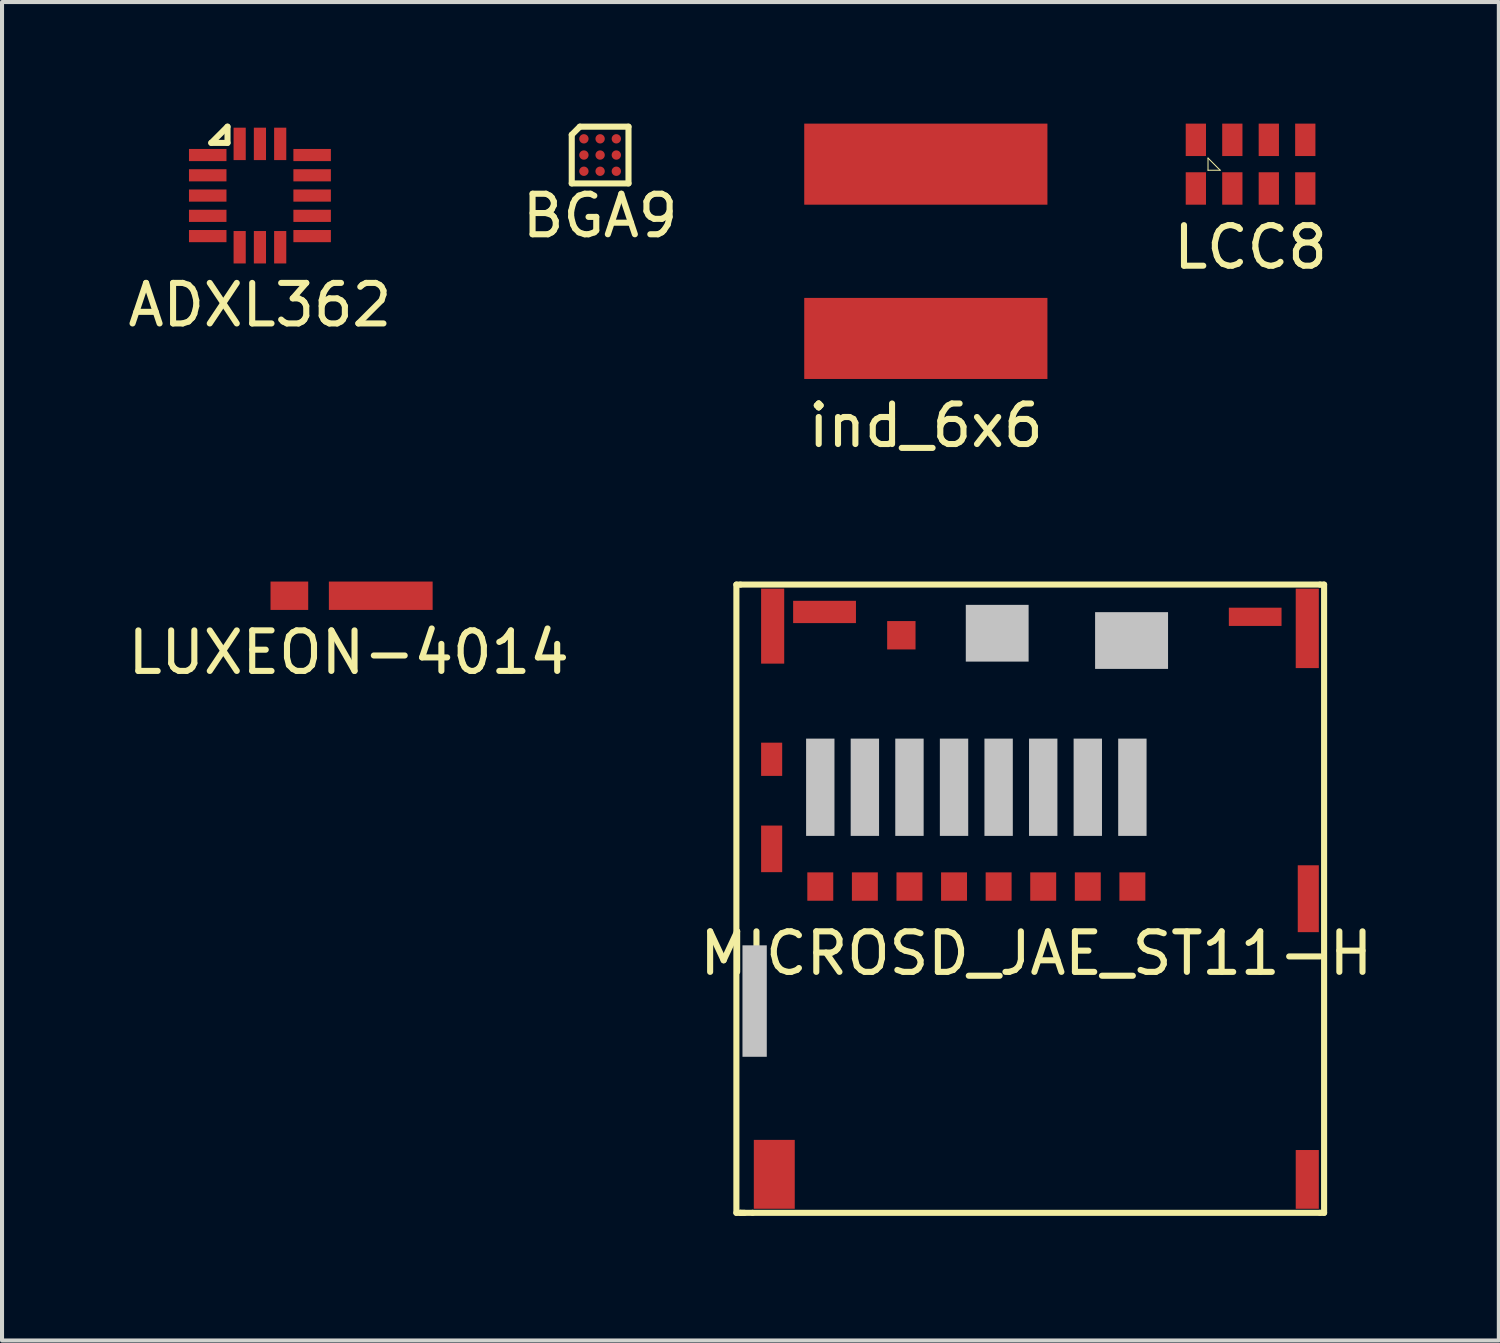
<source format=kicad_pcb>
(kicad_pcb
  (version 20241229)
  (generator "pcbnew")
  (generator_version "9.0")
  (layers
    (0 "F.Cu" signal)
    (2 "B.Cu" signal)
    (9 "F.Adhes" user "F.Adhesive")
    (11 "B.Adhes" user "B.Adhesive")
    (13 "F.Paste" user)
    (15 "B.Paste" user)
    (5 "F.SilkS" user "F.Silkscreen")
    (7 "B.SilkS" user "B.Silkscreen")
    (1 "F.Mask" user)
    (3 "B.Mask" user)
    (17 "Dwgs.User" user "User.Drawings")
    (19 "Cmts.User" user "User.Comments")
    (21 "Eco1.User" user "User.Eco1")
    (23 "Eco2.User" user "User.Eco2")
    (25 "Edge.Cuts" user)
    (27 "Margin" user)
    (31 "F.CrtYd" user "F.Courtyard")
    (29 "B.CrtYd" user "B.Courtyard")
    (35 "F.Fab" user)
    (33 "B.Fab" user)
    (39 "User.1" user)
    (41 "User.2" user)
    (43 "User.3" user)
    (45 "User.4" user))
  (footprint "LUXEON-4014"
    (layer "F.Cu")
    (at 4.554 11.648)
    (property "Reference" "LUXEON-4014" (at 1 1.4 0) (layer "F.SilkS") (effects (font (size 1 1) (thickness 0.15))))
    (attr through_hole)
    (pad "1" smd rect (at -0.465 0) (size 0.93 0.7) (layers "F.Cu" "F.Mask" "F.Paste"))
    (pad "2" smd rect (at 1.79 0) (size 2.56 0.7) (layers "F.Cu" "F.Mask" "F.Paste")))
  (footprint "BGA9"
    (layer "F.Cu")
    (at 11.756 0.775)
    (property "Reference" "BGA9" (at 0 1.5 0) (layer "F.SilkS") (effects (font (size 1 1) (thickness 0.15))))
    (attr through_hole)
    (fp_line (start -0.7 -0.5) (end -0.7 0.7) (stroke (width 0.15) (type solid)) (layer "F.SilkS"))
    (fp_line (start -0.7 0.7) (end 0.7 0.7) (stroke (width 0.15) (type solid)) (layer "F.SilkS"))
    (fp_line (start -0.5 -0.7) (end -0.7 -0.5) (stroke (width 0.15) (type solid)) (layer "F.SilkS"))
    (fp_line (start 0.7 -0.7) (end -0.5 -0.7) (stroke (width 0.15) (type solid)) (layer "F.SilkS"))
    (fp_line (start 0.7 0.7) (end 0.7 -0.7) (stroke (width 0.15) (type solid)) (layer "F.SilkS"))
    (pad "A1" smd circle (at -0.4 -0.4) (size 0.23 0.23) (layers "F.Cu" "F.Mask" "F.Paste"))
    (pad "A2" smd circle (at 0 -0.4) (size 0.23 0.23) (layers "F.Cu" "F.Mask" "F.Paste"))
    (pad "A3" smd circle (at 0.4 -0.4) (size 0.23 0.23) (layers "F.Cu" "F.Mask" "F.Paste"))
    (pad "B1" smd circle (at -0.4 0) (size 0.23 0.23) (layers "F.Cu" "F.Mask" "F.Paste"))
    (pad "B2" smd circle (at 0 0) (size 0.23 0.23) (layers "F.Cu" "F.Mask" "F.Paste"))
    (pad "B3" smd circle (at 0.4 0) (size 0.23 0.23) (layers "F.Cu" "F.Mask" "F.Paste"))
    (pad "C1" smd circle (at -0.4 0.4) (size 0.23 0.23) (layers "F.Cu" "F.Mask" "F.Paste"))
    (pad "C2" smd circle (at 0 0.4) (size 0.23 0.23) (layers "F.Cu" "F.Mask" "F.Paste"))
    (pad "C3" smd circle (at 0.4 0.4) (size 0.23 0.23) (layers "F.Cu" "F.Mask" "F.Paste")))
  (footprint "MICROSD_JAE_ST11-H"
    (layer "F.Cu")
    (at 22.518 26.773)
    (property "Reference" "MICROSD_JAE_ST11-H" (at 0 -6.3 0) (layer "F.SilkS") (effects (font (size 1 1) (thickness 0.15))))
    (attr through_hole)
    (fp_line (start -7.4 -15.4) (end -7.4 0.1) (stroke (width 0.15) (type solid)) (layer "F.SilkS"))
    (fp_line (start -7.4 0.1) (end -7.3 0.1) (stroke (width 0.15) (type solid)) (layer "F.SilkS"))
    (fp_line (start -7.3 -15.4) (end -7.4 -15.4) (stroke (width 0.15) (type solid)) (layer "F.SilkS"))
    (fp_line (start -7.3 -15.4) (end 7 -15.4) (stroke (width 0.15) (type solid)) (layer "F.SilkS"))
    (fp_line (start -7.3 0.1) (end -7.2 0.1) (stroke (width 0.15) (type solid)) (layer "F.SilkS"))
    (fp_line (start -7 0.1) (end -7.3 0.1) (stroke (width 0.15) (type solid)) (layer "F.SilkS"))
    (fp_line (start 7 0.1) (end -7 0.1) (stroke (width 0.15) (type solid)) (layer "F.SilkS"))
    (fp_line (start 7.1 -15.4) (end 7 -15.4) (stroke (width 0.15) (type solid)) (layer "F.SilkS"))
    (fp_line (start 7.1 -15.4) (end 7.1 0.1) (stroke (width 0.15) (type solid)) (layer "F.SilkS"))
    (fp_line (start 7.1 0.1) (end 7 0.1) (stroke (width 0.15) (type solid)) (layer "F.SilkS"))
    (pad "" smd rect (at -6.95 -5.125) (size 0.6 2.75) (layers "Dwgs.User"))
    (pad "" smd rect (at -5.33 -10.4) (size 0.7 2.4) (layers "Dwgs.User"))
    (pad "" smd rect (at -4.23 -10.4) (size 0.7 2.4) (layers "Dwgs.User"))
    (pad "" smd rect (at -3.13 -10.4) (size 0.7 2.4) (layers "Dwgs.User"))
    (pad "" smd rect (at -2.03 -10.4) (size 0.7 2.4) (layers "Dwgs.User"))
    (pad "" smd rect (at -0.965 -14.2) (size 1.55 1.4) (layers "Dwgs.User"))
    (pad "" smd rect (at -0.93 -10.4) (size 0.7 2.4) (layers "Dwgs.User"))
    (pad "" smd rect (at 0.17 -10.4) (size 0.7 2.4) (layers "Dwgs.User"))
    (pad "" smd rect (at 1.27 -10.4) (size 0.7 2.4) (layers "Dwgs.User"))
    (pad "" smd rect (at 2.35 -14.02) (size 1.8 1.4) (layers "Dwgs.User"))
    (pad "" smd rect (at 2.37 -10.4) (size 0.7 2.4) (layers "Dwgs.User"))
    (pad "" smd rect (at 5.4 -14.605) (size 1.3 0.45) (layers "F.Cu" "F.Mask" "F.Paste"))
    (pad "1" smd rect (at 2.37 -7.95) (size 0.64 0.7) (layers "F.Cu" "F.Mask" "F.Paste"))
    (pad "2" smd rect (at 1.27 -7.95) (size 0.64 0.7) (layers "F.Cu" "F.Mask" "F.Paste"))
    (pad "3" smd rect (at 0.17 -7.95) (size 0.64 0.7) (layers "F.Cu" "F.Mask" "F.Paste"))
    (pad "4" smd rect (at -0.93 -7.95) (size 0.64 0.7) (layers "F.Cu" "F.Mask" "F.Paste"))
    (pad "5" smd rect (at -2.03 -7.95) (size 0.64 0.7) (layers "F.Cu" "F.Mask" "F.Paste"))
    (pad "6" smd rect (at -3.13 -7.95) (size 0.64 0.7) (layers "F.Cu" "F.Mask" "F.Paste"))
    (pad "7" smd rect (at -4.23 -7.95) (size 0.64 0.7) (layers "F.Cu" "F.Mask" "F.Paste"))
    (pad "8" smd rect (at -5.33 -7.95) (size 0.64 0.7) (layers "F.Cu" "F.Mask" "F.Paste"))
    (pad "9" smd rect (at -5.225 -14.725) (size 1.55 0.55) (layers "F.Cu" "F.Mask" "F.Paste"))
    (pad "10" smd rect (at -3.33 -14.15) (size 0.7 0.7) (layers "F.Cu" "F.Mask" "F.Paste"))
    (pad "11" smd rect (at 6.685 -0.725) (size 0.57 1.45) (layers "F.Cu" "F.Mask" "F.Paste"))
    (pad "12" smd rect (at 6.71 -7.65) (size 0.52 1.65) (layers "F.Cu" "F.Mask" "F.Paste"))
    (pad "13" smd rect (at 6.685 -14.32) (size 0.57 1.96) (layers "F.Cu" "F.Mask" "F.Paste"))
    (pad "14" smd rect (at -6.505 -14.375) (size 0.57 1.85) (layers "F.Cu" "F.Mask" "F.Paste"))
    (pad "15" smd rect (at -6.53 -11.09) (size 0.52 0.82) (layers "F.Cu" "F.Mask" "F.Paste"))
    (pad "16" smd rect (at -6.53 -8.88) (size 0.52 1.15) (layers "F.Cu" "F.Mask" "F.Paste"))
    (pad "17" smd rect (at -6.465 -0.85) (size 1.01 1.7) (layers "F.Cu" "F.Mask" "F.Paste")))
  (footprint "ADXL362"
    (layer "F.Cu")
    (at 3.363 1.775)
    (property "Reference" "ADXL362" (at 0 2.7 0) (layer "F.SilkS") (effects (font (size 1 1) (thickness 0.15))))
    (attr through_hole)
    (fp_line (start -1.2 -1.3) (end -0.8 -1.3) (stroke (width 0.15) (type solid)) (layer "F.SilkS"))
    (fp_line (start -0.8 -1.7) (end -1.2 -1.3) (stroke (width 0.15) (type solid)) (layer "F.SilkS"))
    (fp_line (start -0.8 -1.3) (end -0.8 -1.7) (stroke (width 0.15) (type solid)) (layer "F.SilkS"))
    (pad "1" smd rect (at -1.288 -1) (size 0.925 0.3) (layers "F.Cu" "F.Mask" "F.Paste"))
    (pad "2" smd rect (at -1.288 -0.5) (size 0.925 0.3) (layers "F.Cu" "F.Mask" "F.Paste"))
    (pad "3" smd rect (at -1.288 0) (size 0.925 0.3) (layers "F.Cu" "F.Mask" "F.Paste"))
    (pad "4" smd rect (at -1.288 0.5) (size 0.925 0.3) (layers "F.Cu" "F.Mask" "F.Paste"))
    (pad "5" smd rect (at -1.288 1) (size 0.925 0.3) (layers "F.Cu" "F.Mask" "F.Paste"))
    (pad "6" smd rect (at -0.5 1.275) (size 0.3 0.8) (layers "F.Cu" "F.Mask" "F.Paste"))
    (pad "7" smd rect (at 0 1.275) (size 0.3 0.8) (layers "F.Cu" "F.Mask" "F.Paste"))
    (pad "8" smd rect (at 0.5 1.275) (size 0.3 0.8) (layers "F.Cu" "F.Mask" "F.Paste"))
    (pad "9" smd rect (at 1.288 1) (size 0.925 0.3) (layers "F.Cu" "F.Mask" "F.Paste"))
    (pad "10" smd rect (at 1.288 0.5) (size 0.925 0.3) (layers "F.Cu" "F.Mask" "F.Paste"))
    (pad "11" smd rect (at 1.288 0) (size 0.925 0.3) (layers "F.Cu" "F.Mask" "F.Paste"))
    (pad "12" smd rect (at 1.288 -0.5) (size 0.925 0.3) (layers "F.Cu" "F.Mask" "F.Paste"))
    (pad "13" smd rect (at 1.288 -1) (size 0.925 0.3) (layers "F.Cu" "F.Mask" "F.Paste"))
    (pad "14" smd rect (at 0.5 -1.275) (size 0.3 0.8) (layers "F.Cu" "F.Mask" "F.Paste"))
    (pad "15" smd rect (at 0 -1.275) (size 0.3 0.8) (layers "F.Cu" "F.Mask" "F.Paste"))
    (pad "16" smd rect (at -0.5 -1.275) (size 0.3 0.8) (layers "F.Cu" "F.Mask" "F.Paste")))
  (footprint "LCC8"
    (layer "F.Cu")
    (at 27.804 1)
    (property "Reference" "LCC8" (at 0 2.05 0) (layer "F.SilkS") (effects (font (size 1 1) (thickness 0.15))))
    (attr through_hole)
    (fp_line (start -1.05 0.15) (end -1.05 -0.15) (stroke (width 0.025) (type solid)) (layer "F.SilkS"))
    (fp_line (start -0.75 0.15) (end -1.05 -0.15) (stroke (width 0.025) (type solid)) (layer "F.SilkS"))
    (fp_line (start -0.75 0.15) (end -1.05 0.15) (stroke (width 0.025) (type solid)) (layer "F.SilkS"))
    (pad "1" smd rect (at -1.35 0.6) (size 0.5 0.8) (layers "F.Cu" "F.Mask" "F.Paste"))
    (pad "2" smd rect (at -0.45 0.6) (size 0.5 0.8) (layers "F.Cu" "F.Mask" "F.Paste"))
    (pad "3" smd rect (at 0.45 0.6) (size 0.5 0.8) (layers "F.Cu" "F.Mask" "F.Paste"))
    (pad "4" smd rect (at 1.35 0.6) (size 0.5 0.8) (layers "F.Cu" "F.Mask" "F.Paste"))
    (pad "5" smd rect (at 1.35 -0.6) (size 0.5 0.8) (layers "F.Cu" "F.Mask" "F.Paste"))
    (pad "6" smd rect (at 0.45 -0.6) (size 0.5 0.8) (layers "F.Cu" "F.Mask" "F.Paste"))
    (pad "7" smd rect (at -0.45 -0.6) (size 0.5 0.8) (layers "F.Cu" "F.Mask" "F.Paste"))
    (pad "8" smd rect (at -1.35 -0.6) (size 0.5 0.8) (layers "F.Cu" "F.Mask" "F.Paste")))
  (footprint "ind_6x6"
    (layer "F.Cu")
    (at 19.792 3.15)
    (property "Reference" "ind_6x6" (at 0 4.3 0) (layer "F.SilkS") (effects (font (size 1 1) (thickness 0.15))))
    (attr through_hole)
    (pad "1" smd rect (at 0 -2.15 90) (size 2 6) (layers "F.Cu" "F.Mask" "F.Paste"))
    (pad "2" smd rect (at 0 2.15 90) (size 2 6) (layers "F.Cu" "F.Mask" "F.Paste")))
  (gr_rect
    (start -3 -3)
    (end 33.929 30.023)
    (stroke (width 0.1) (type default))
    (fill no)
    (layer "Edge.Cuts")))
</source>
